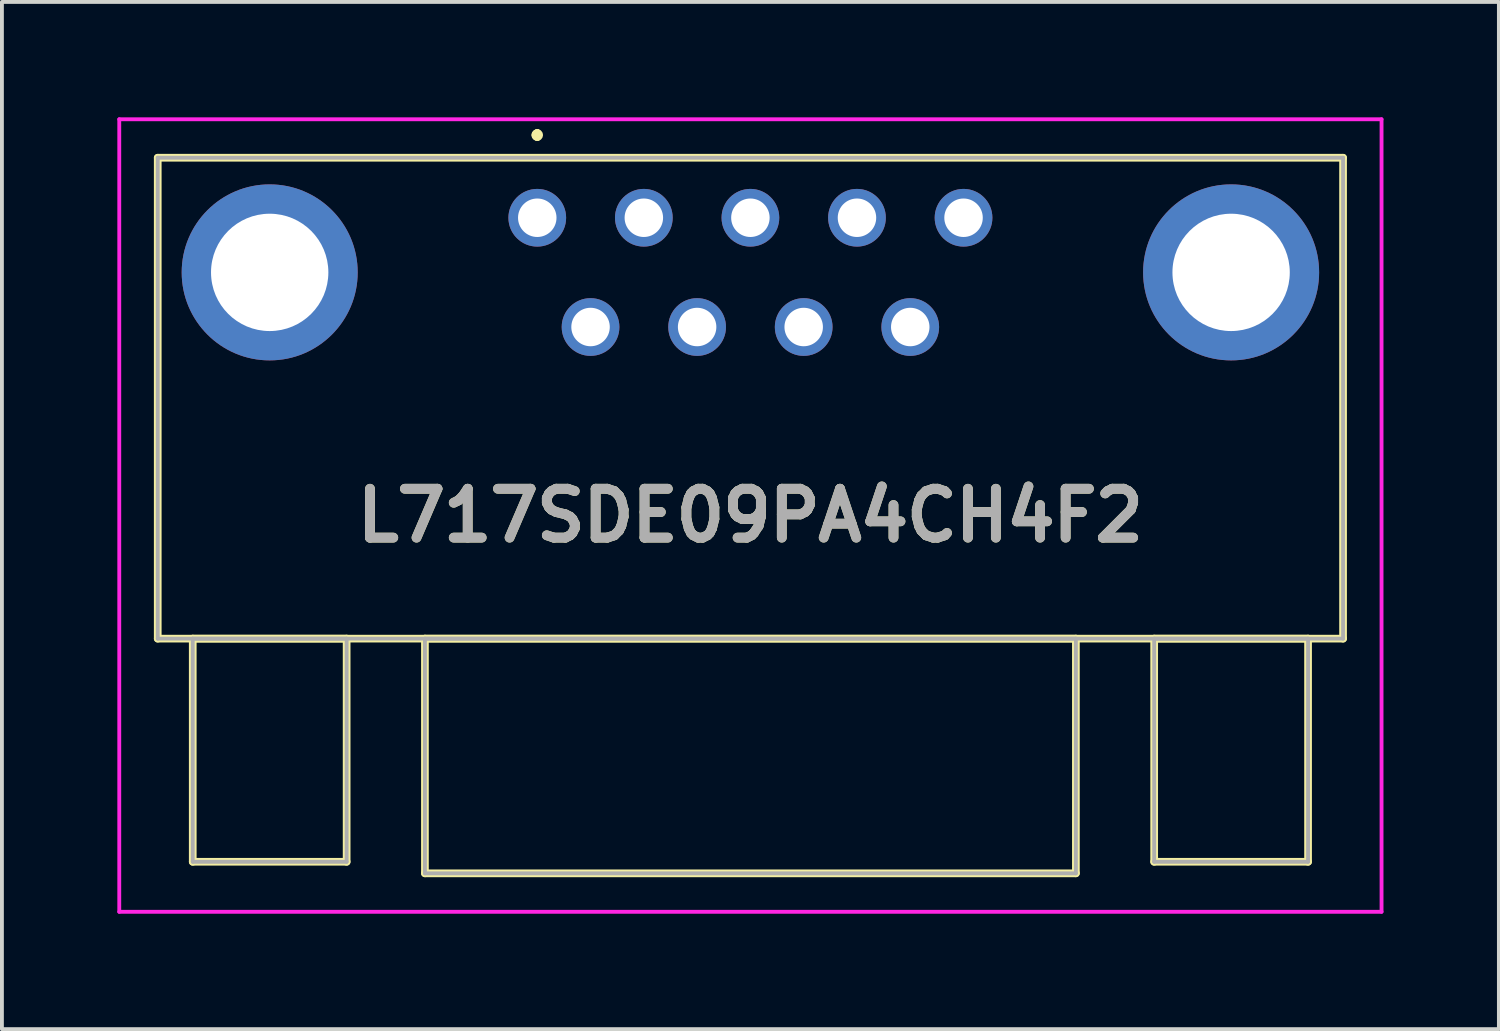
<source format=kicad_pcb>
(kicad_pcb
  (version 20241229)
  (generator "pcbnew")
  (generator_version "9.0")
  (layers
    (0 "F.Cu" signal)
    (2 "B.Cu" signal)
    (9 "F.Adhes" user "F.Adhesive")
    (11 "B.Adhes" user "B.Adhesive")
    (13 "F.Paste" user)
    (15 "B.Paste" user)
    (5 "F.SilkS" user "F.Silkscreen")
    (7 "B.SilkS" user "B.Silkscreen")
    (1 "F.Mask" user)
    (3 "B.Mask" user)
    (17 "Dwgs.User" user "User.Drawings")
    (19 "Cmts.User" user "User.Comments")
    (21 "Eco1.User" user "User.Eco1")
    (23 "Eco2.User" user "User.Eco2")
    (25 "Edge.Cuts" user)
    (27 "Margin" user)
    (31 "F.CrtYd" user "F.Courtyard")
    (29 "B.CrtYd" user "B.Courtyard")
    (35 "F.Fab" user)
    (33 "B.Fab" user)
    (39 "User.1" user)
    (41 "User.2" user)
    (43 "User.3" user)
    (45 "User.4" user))
  (footprint "L717SDE09PA4CH4F2"
    (layer "F.Cu")
    (at 10.915 2.61)
    (property "Reference" "L717SDE09PA4CH4F2" (at 5.54 7.74 0) (layer "F.SilkS") (effects (font (size 1.27 1.27) (thickness 0.254))))
    (attr through_hole)
    (fp_line (start -9.865 -1.56) (end 20.945 -1.56) (stroke (width 0.2) (type solid)) (layer "F.SilkS"))
    (fp_line (start -9.865 10.94) (end -9.865 -1.56) (stroke (width 0.2) (type solid)) (layer "F.SilkS"))
    (fp_line (start -8.955 10.94) (end -4.955 10.94) (stroke (width 0.2) (type solid)) (layer "F.SilkS"))
    (fp_line (start -8.955 16.74) (end -8.955 10.94) (stroke (width 0.2) (type solid)) (layer "F.SilkS"))
    (fp_line (start -4.955 10.94) (end -4.955 16.74) (stroke (width 0.2) (type solid)) (layer "F.SilkS"))
    (fp_line (start -4.955 16.74) (end -8.955 16.74) (stroke (width 0.2) (type solid)) (layer "F.SilkS"))
    (fp_line (start -2.92 10.94) (end 14 10.94) (stroke (width 0.2) (type solid)) (layer "F.SilkS"))
    (fp_line (start -2.92 17.04) (end -2.92 10.94) (stroke (width 0.2) (type solid)) (layer "F.SilkS"))
    (fp_line (start 0 -2.2) (end 0 -2.2) (stroke (width 0.2) (type solid)) (layer "F.SilkS"))
    (fp_line (start 0 -2.2) (end 0 -2.2) (stroke (width 0.2) (type solid)) (layer "F.SilkS"))
    (fp_line (start 0 -2.1) (end 0 -2.1) (stroke (width 0.2) (type solid)) (layer "F.SilkS"))
    (fp_line (start 14 10.94) (end 14 17.04) (stroke (width 0.2) (type solid)) (layer "F.SilkS"))
    (fp_line (start 14 17.04) (end -2.92 17.04) (stroke (width 0.2) (type solid)) (layer "F.SilkS"))
    (fp_line (start 16.035 10.94) (end 20.035 10.94) (stroke (width 0.2) (type solid)) (layer "F.SilkS"))
    (fp_line (start 16.035 16.74) (end 16.035 10.94) (stroke (width 0.2) (type solid)) (layer "F.SilkS"))
    (fp_line (start 20.035 10.94) (end 20.035 16.74) (stroke (width 0.2) (type solid)) (layer "F.SilkS"))
    (fp_line (start 20.035 16.74) (end 16.035 16.74) (stroke (width 0.2) (type solid)) (layer "F.SilkS"))
    (fp_line (start 20.945 -1.56) (end 20.945 10.94) (stroke (width 0.2) (type solid)) (layer "F.SilkS"))
    (fp_line (start 20.945 10.94) (end -9.865 10.94) (stroke (width 0.2) (type solid)) (layer "F.SilkS"))
    (fp_arc (start 0 -2.2) (mid 0.05 -2.15) (end 0 -2.1) (stroke (width 0.2) (type solid)) (layer "F.SilkS"))
    (fp_arc (start 0 -2.1) (mid -0.05 -2.15) (end 0 -2.2) (stroke (width 0.2) (type solid)) (layer "F.SilkS"))
    (fp_arc (start 0 -2.1) (mid -0.05 -2.15) (end 0 -2.2) (stroke (width 0.2) (type solid)) (layer "F.SilkS"))
    (fp_line (start -10.865 -2.56) (end 21.945 -2.56) (stroke (width 0.1) (type solid)) (layer "F.CrtYd"))
    (fp_line (start -10.865 18.04) (end -10.865 -2.56) (stroke (width 0.1) (type solid)) (layer "F.CrtYd"))
    (fp_line (start 21.945 -2.56) (end 21.945 18.04) (stroke (width 0.1) (type solid)) (layer "F.CrtYd"))
    (fp_line (start 21.945 18.04) (end -10.865 18.04) (stroke (width 0.1) (type solid)) (layer "F.CrtYd"))
    (fp_line (start -9.865 -1.56) (end -9.865 10.94) (stroke (width 0.1) (type solid)) (layer "F.Fab"))
    (fp_line (start -9.865 10.94) (end 20.945 10.94) (stroke (width 0.1) (type solid)) (layer "F.Fab"))
    (fp_line (start -8.955 10.94) (end -4.955 10.94) (stroke (width 0.1) (type solid)) (layer "F.Fab"))
    (fp_line (start -8.955 16.74) (end -8.955 10.94) (stroke (width 0.1) (type solid)) (layer "F.Fab"))
    (fp_line (start -4.955 10.94) (end -4.955 16.74) (stroke (width 0.1) (type solid)) (layer "F.Fab"))
    (fp_line (start -4.955 16.74) (end -8.955 16.74) (stroke (width 0.1) (type solid)) (layer "F.Fab"))
    (fp_line (start -2.92 10.94) (end 14 10.94) (stroke (width 0.1) (type solid)) (layer "F.Fab"))
    (fp_line (start -2.92 17.04) (end -2.92 10.94) (stroke (width 0.1) (type solid)) (layer "F.Fab"))
    (fp_line (start 14 10.94) (end 14 17.04) (stroke (width 0.1) (type solid)) (layer "F.Fab"))
    (fp_line (start 14 17.04) (end -2.92 17.04) (stroke (width 0.1) (type solid)) (layer "F.Fab"))
    (fp_line (start 16.035 10.94) (end 20.035 10.94) (stroke (width 0.1) (type solid)) (layer "F.Fab"))
    (fp_line (start 16.035 16.74) (end 16.035 10.94) (stroke (width 0.1) (type solid)) (layer "F.Fab"))
    (fp_line (start 20.035 10.94) (end 20.035 16.74) (stroke (width 0.1) (type solid)) (layer "F.Fab"))
    (fp_line (start 20.035 16.74) (end 16.035 16.74) (stroke (width 0.1) (type solid)) (layer "F.Fab"))
    (fp_line (start 20.945 -1.56) (end -9.865 -1.56) (stroke (width 0.1) (type solid)) (layer "F.Fab"))
    (fp_line (start 20.945 10.94) (end 20.945 -1.56) (stroke (width 0.1) (type solid)) (layer "F.Fab"))
    (fp_text user "${REFERENCE}" (at 5.54 7.74 0) (layer "F.Fab") (effects (font (size 1.27 1.27) (thickness 0.254))))
    (pad "1" thru_hole circle (at 0 0) (size 1.5 1.5) (drill 1) (layers "*.Cu" "*.Mask"))
    (pad "2" thru_hole circle (at 2.77 0) (size 1.5 1.5) (drill 1) (layers "*.Cu" "*.Mask"))
    (pad "3" thru_hole circle (at 5.54 0) (size 1.5 1.5) (drill 1) (layers "*.Cu" "*.Mask"))
    (pad "4" thru_hole circle (at 8.31 0) (size 1.5 1.5) (drill 1) (layers "*.Cu" "*.Mask"))
    (pad "5" thru_hole circle (at 11.08 0) (size 1.5 1.5) (drill 1) (layers "*.Cu" "*.Mask"))
    (pad "6" thru_hole circle (at 1.385 2.84) (size 1.5 1.5) (drill 1) (layers "*.Cu" "*.Mask"))
    (pad "7" thru_hole circle (at 4.155 2.84) (size 1.5 1.5) (drill 1) (layers "*.Cu" "*.Mask"))
    (pad "8" thru_hole circle (at 6.925 2.84) (size 1.5 1.5) (drill 1) (layers "*.Cu" "*.Mask"))
    (pad "9" thru_hole circle (at 9.695 2.84) (size 1.5 1.5) (drill 1) (layers "*.Cu" "*.Mask"))
    (pad "MH1" thru_hole circle (at -6.955 1.42) (size 4.575 4.575) (drill 3.05) (layers "*.Cu" "*.Mask"))
    (pad "MH2" thru_hole circle (at 18.035 1.42) (size 4.575 4.575) (drill 3.05) (layers "*.Cu" "*.Mask")))
  (gr_rect
    (start -3 -3)
    (end 35.91 23.7)
    (stroke (width 0.1) (type default))
    (fill no)
    (layer "Edge.Cuts")))
</source>
